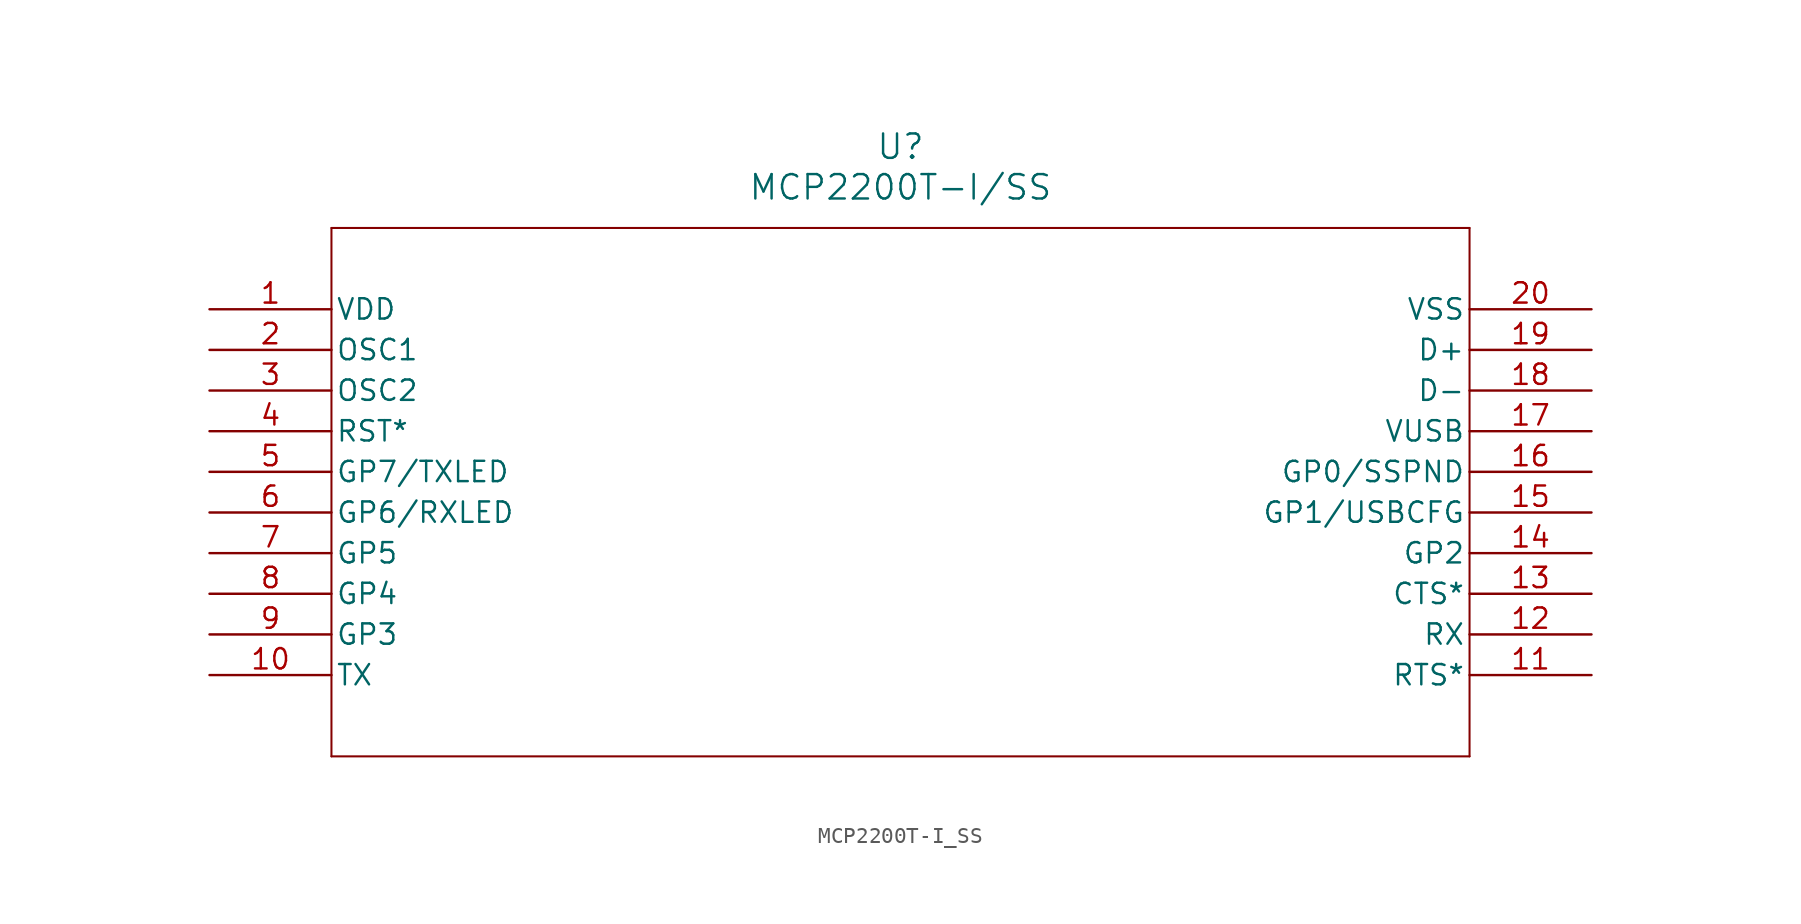
<source format=kicad_sym>
(kicad_symbol_lib
  (version 20211014)
  (generator kicad_symbol_editor)
  (symbol "MCP2200T-I_SS"
    (pin_names
      (offset 0.254))
    (property "Reference" "U"
      (at 43.18 10.16 0)
      (effects (font (size 1.524 1.524))))
    (property "Value" "MCP2200T-I/SS"
      (at 43.18 7.62 0)
      (effects (font (size 1.524 1.524))))
    (symbol "MCP2200T-I_SS_0_1"
      (polyline (pts (xy 7.62 5.08) (xy 7.62 -27.94)) (stroke (width 0.127) (type default) (color 0 0 0 0)) (fill (type none)))
      (polyline (pts (xy 7.62 -27.94) (xy 78.74 -27.94)) (stroke (width 0.127) (type default) (color 0 0 0 0)) (fill (type none)))
      (polyline (pts (xy 78.74 -27.94) (xy 78.74 5.08)) (stroke (width 0.127) (type default) (color 0 0 0 0)) (fill (type none)))
      (polyline (pts (xy 78.74 5.08) (xy 7.62 5.08)) (stroke (width 0.127) (type default) (color 0 0 0 0)) (fill (type none)))
      (pin power_in line (at 0 0 0) (length 7.62) (name "VDD" (effects (font (size 1.27 1.27)))) (number "1" (effects (font (size 1.27 1.27)))))
      (pin input line (at 0 -2.54 0) (length 7.62) (name "OSC1" (effects (font (size 1.27 1.27)))) (number "2" (effects (font (size 1.27 1.27)))))
      (pin output line (at 0 -5.08 0) (length 7.62) (name "OSC2" (effects (font (size 1.27 1.27)))) (number "3" (effects (font (size 1.27 1.27)))))
      (pin input line (at 0 -7.62 0) (length 7.62) (name "RST*" (effects (font (size 1.27 1.27)))) (number "4" (effects (font (size 1.27 1.27)))))
      (pin bidirectional line (at 0 -10.16 0) (length 7.62) (name "GP7/TXLED" (effects (font (size 1.27 1.27)))) (number "5" (effects (font (size 1.27 1.27)))))
      (pin bidirectional line (at 0 -12.7 0) (length 7.62) (name "GP6/RXLED" (effects (font (size 1.27 1.27)))) (number "6" (effects (font (size 1.27 1.27)))))
      (pin bidirectional line (at 0 -15.24 0) (length 7.62) (name "GP5" (effects (font (size 1.27 1.27)))) (number "7" (effects (font (size 1.27 1.27)))))
      (pin bidirectional line (at 0 -17.78 0) (length 7.62) (name "GP4" (effects (font (size 1.27 1.27)))) (number "8" (effects (font (size 1.27 1.27)))))
      (pin bidirectional line (at 0 -20.32 0) (length 7.62) (name "GP3" (effects (font (size 1.27 1.27)))) (number "9" (effects (font (size 1.27 1.27)))))
      (pin output line (at 0 -22.86 0) (length 7.62) (name "TX" (effects (font (size 1.27 1.27)))) (number "10" (effects (font (size 1.27 1.27)))))
      (pin output line (at 86.36 -22.86 180) (length 7.62) (name "RTS*" (effects (font (size 1.27 1.27)))) (number "11" (effects (font (size 1.27 1.27)))))
      (pin input line (at 86.36 -20.32 180) (length 7.62) (name "RX" (effects (font (size 1.27 1.27)))) (number "12" (effects (font (size 1.27 1.27)))))
      (pin input line (at 86.36 -17.78 180) (length 7.62) (name "CTS*" (effects (font (size 1.27 1.27)))) (number "13" (effects (font (size 1.27 1.27)))))
      (pin bidirectional line (at 86.36 -15.24 180) (length 7.62) (name "GP2" (effects (font (size 1.27 1.27)))) (number "14" (effects (font (size 1.27 1.27)))))
      (pin bidirectional line (at 86.36 -12.7 180) (length 7.62) (name "GP1/USBCFG" (effects (font (size 1.27 1.27)))) (number "15" (effects (font (size 1.27 1.27)))))
      (pin bidirectional line (at 86.36 -10.16 180) (length 7.62) (name "GP0/SSPND" (effects (font (size 1.27 1.27)))) (number "16" (effects (font (size 1.27 1.27)))))
      (pin power_in line (at 86.36 -7.62 180) (length 7.62) (name "VUSB" (effects (font (size 1.27 1.27)))) (number "17" (effects (font (size 1.27 1.27)))))
      (pin bidirectional line (at 86.36 -5.08 180) (length 7.62) (name "D-" (effects (font (size 1.27 1.27)))) (number "18" (effects (font (size 1.27 1.27)))))
      (pin bidirectional line (at 86.36 -2.54 180) (length 7.62) (name "D+" (effects (font (size 1.27 1.27)))) (number "19" (effects (font (size 1.27 1.27)))))
      (pin power_in line (at 86.36 0 180) (length 7.62) (name "VSS" (effects (font (size 1.27 1.27)))) (number "20" (effects (font (size 1.27 1.27))))))))
</source>
